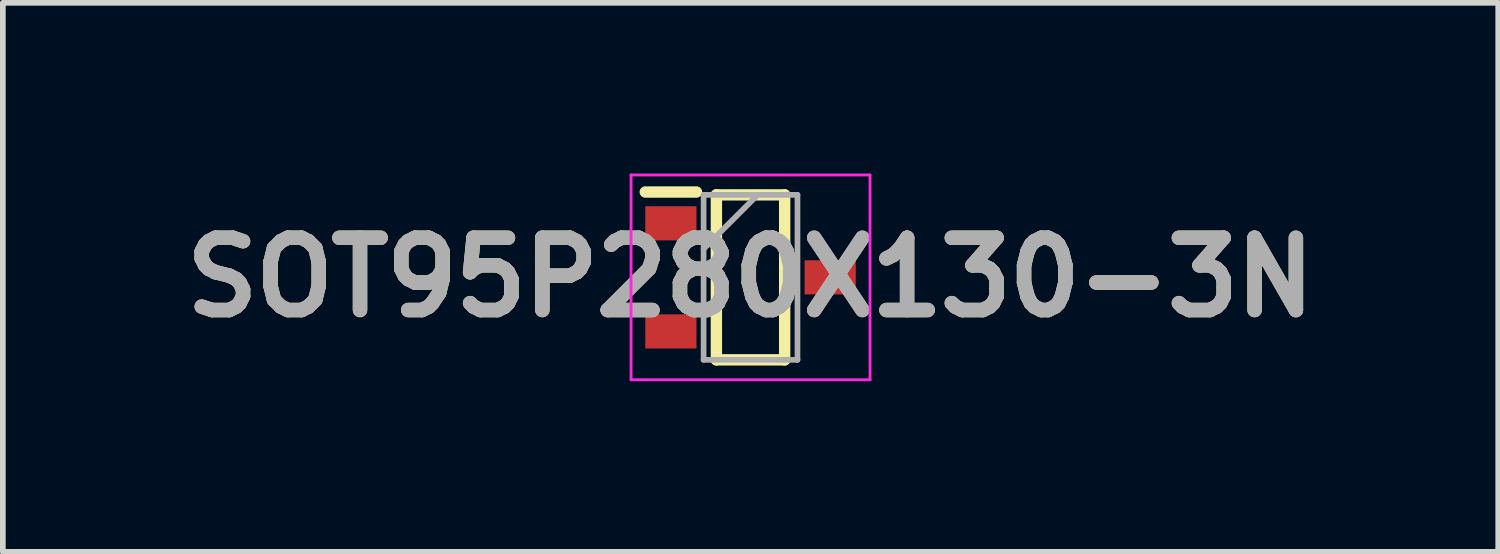
<source format=kicad_pcb>
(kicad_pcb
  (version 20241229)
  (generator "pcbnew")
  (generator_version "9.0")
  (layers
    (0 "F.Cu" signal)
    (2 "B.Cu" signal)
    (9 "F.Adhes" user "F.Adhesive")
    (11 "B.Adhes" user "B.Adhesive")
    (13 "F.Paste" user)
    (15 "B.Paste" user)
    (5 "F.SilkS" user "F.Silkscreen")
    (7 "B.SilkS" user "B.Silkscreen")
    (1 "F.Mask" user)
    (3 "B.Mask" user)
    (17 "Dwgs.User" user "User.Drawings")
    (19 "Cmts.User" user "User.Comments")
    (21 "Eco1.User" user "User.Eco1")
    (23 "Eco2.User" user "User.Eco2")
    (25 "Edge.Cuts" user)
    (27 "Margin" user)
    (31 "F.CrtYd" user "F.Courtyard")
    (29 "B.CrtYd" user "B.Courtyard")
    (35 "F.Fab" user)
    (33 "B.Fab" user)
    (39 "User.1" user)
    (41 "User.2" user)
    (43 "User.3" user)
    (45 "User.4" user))
  (footprint "SOT95P280X130-3N"
    (layer "F.Cu")
    (at 10.142 1.825)
    (property "Reference" "SOT95P280X130-3N" (at 0 0 0) (layer "F.SilkS") (effects (font (size 1.27 1.27) (thickness 0.254))))
    (attr smd)
    (fp_line (start -1.85 -1.5) (end -0.95 -1.5) (stroke (width 0.2) (type solid)) (layer "F.SilkS"))
    (fp_line (start -0.6 -1.45) (end 0.6 -1.45) (stroke (width 0.2) (type solid)) (layer "F.SilkS"))
    (fp_line (start -0.6 1.45) (end -0.6 -1.45) (stroke (width 0.2) (type solid)) (layer "F.SilkS"))
    (fp_line (start 0.6 -1.45) (end 0.6 1.45) (stroke (width 0.2) (type solid)) (layer "F.SilkS"))
    (fp_line (start 0.6 1.45) (end -0.6 1.45) (stroke (width 0.2) (type solid)) (layer "F.SilkS"))
    (fp_line (start -2.1 -1.8) (end 2.1 -1.8) (stroke (width 0.05) (type solid)) (layer "F.CrtYd"))
    (fp_line (start -2.1 1.8) (end -2.1 -1.8) (stroke (width 0.05) (type solid)) (layer "F.CrtYd"))
    (fp_line (start 2.1 -1.8) (end 2.1 1.8) (stroke (width 0.05) (type solid)) (layer "F.CrtYd"))
    (fp_line (start 2.1 1.8) (end -2.1 1.8) (stroke (width 0.05) (type solid)) (layer "F.CrtYd"))
    (fp_line (start -0.825 -1.45) (end 0.825 -1.45) (stroke (width 0.1) (type solid)) (layer "F.Fab"))
    (fp_line (start -0.825 -0.5) (end 0.125 -1.45) (stroke (width 0.1) (type solid)) (layer "F.Fab"))
    (fp_line (start -0.825 1.45) (end -0.825 -1.45) (stroke (width 0.1) (type solid)) (layer "F.Fab"))
    (fp_line (start 0.825 -1.45) (end 0.825 1.45) (stroke (width 0.1) (type solid)) (layer "F.Fab"))
    (fp_line (start 0.825 1.45) (end -0.825 1.45) (stroke (width 0.1) (type solid)) (layer "F.Fab"))
    (fp_text user "${REFERENCE}" (at 0 0 0) (layer "F.Fab") (effects (font (size 1.27 1.27) (thickness 0.254))))
    (pad "1" smd rect (at -1.4 -0.95 90) (size 0.6 0.9) (layers "F.Cu" "F.Mask" "F.Paste"))
    (pad "2" smd rect (at -1.4 0.95 90) (size 0.6 0.9) (layers "F.Cu" "F.Mask" "F.Paste"))
    (pad "3" smd rect (at 1.4 0 90) (size 0.6 0.9) (layers "F.Cu" "F.Mask" "F.Paste")))
  (gr_rect
    (start -3 -3)
    (end 23.284 6.65)
    (stroke (width 0.1) (type default))
    (fill no)
    (layer "Edge.Cuts")))
</source>
